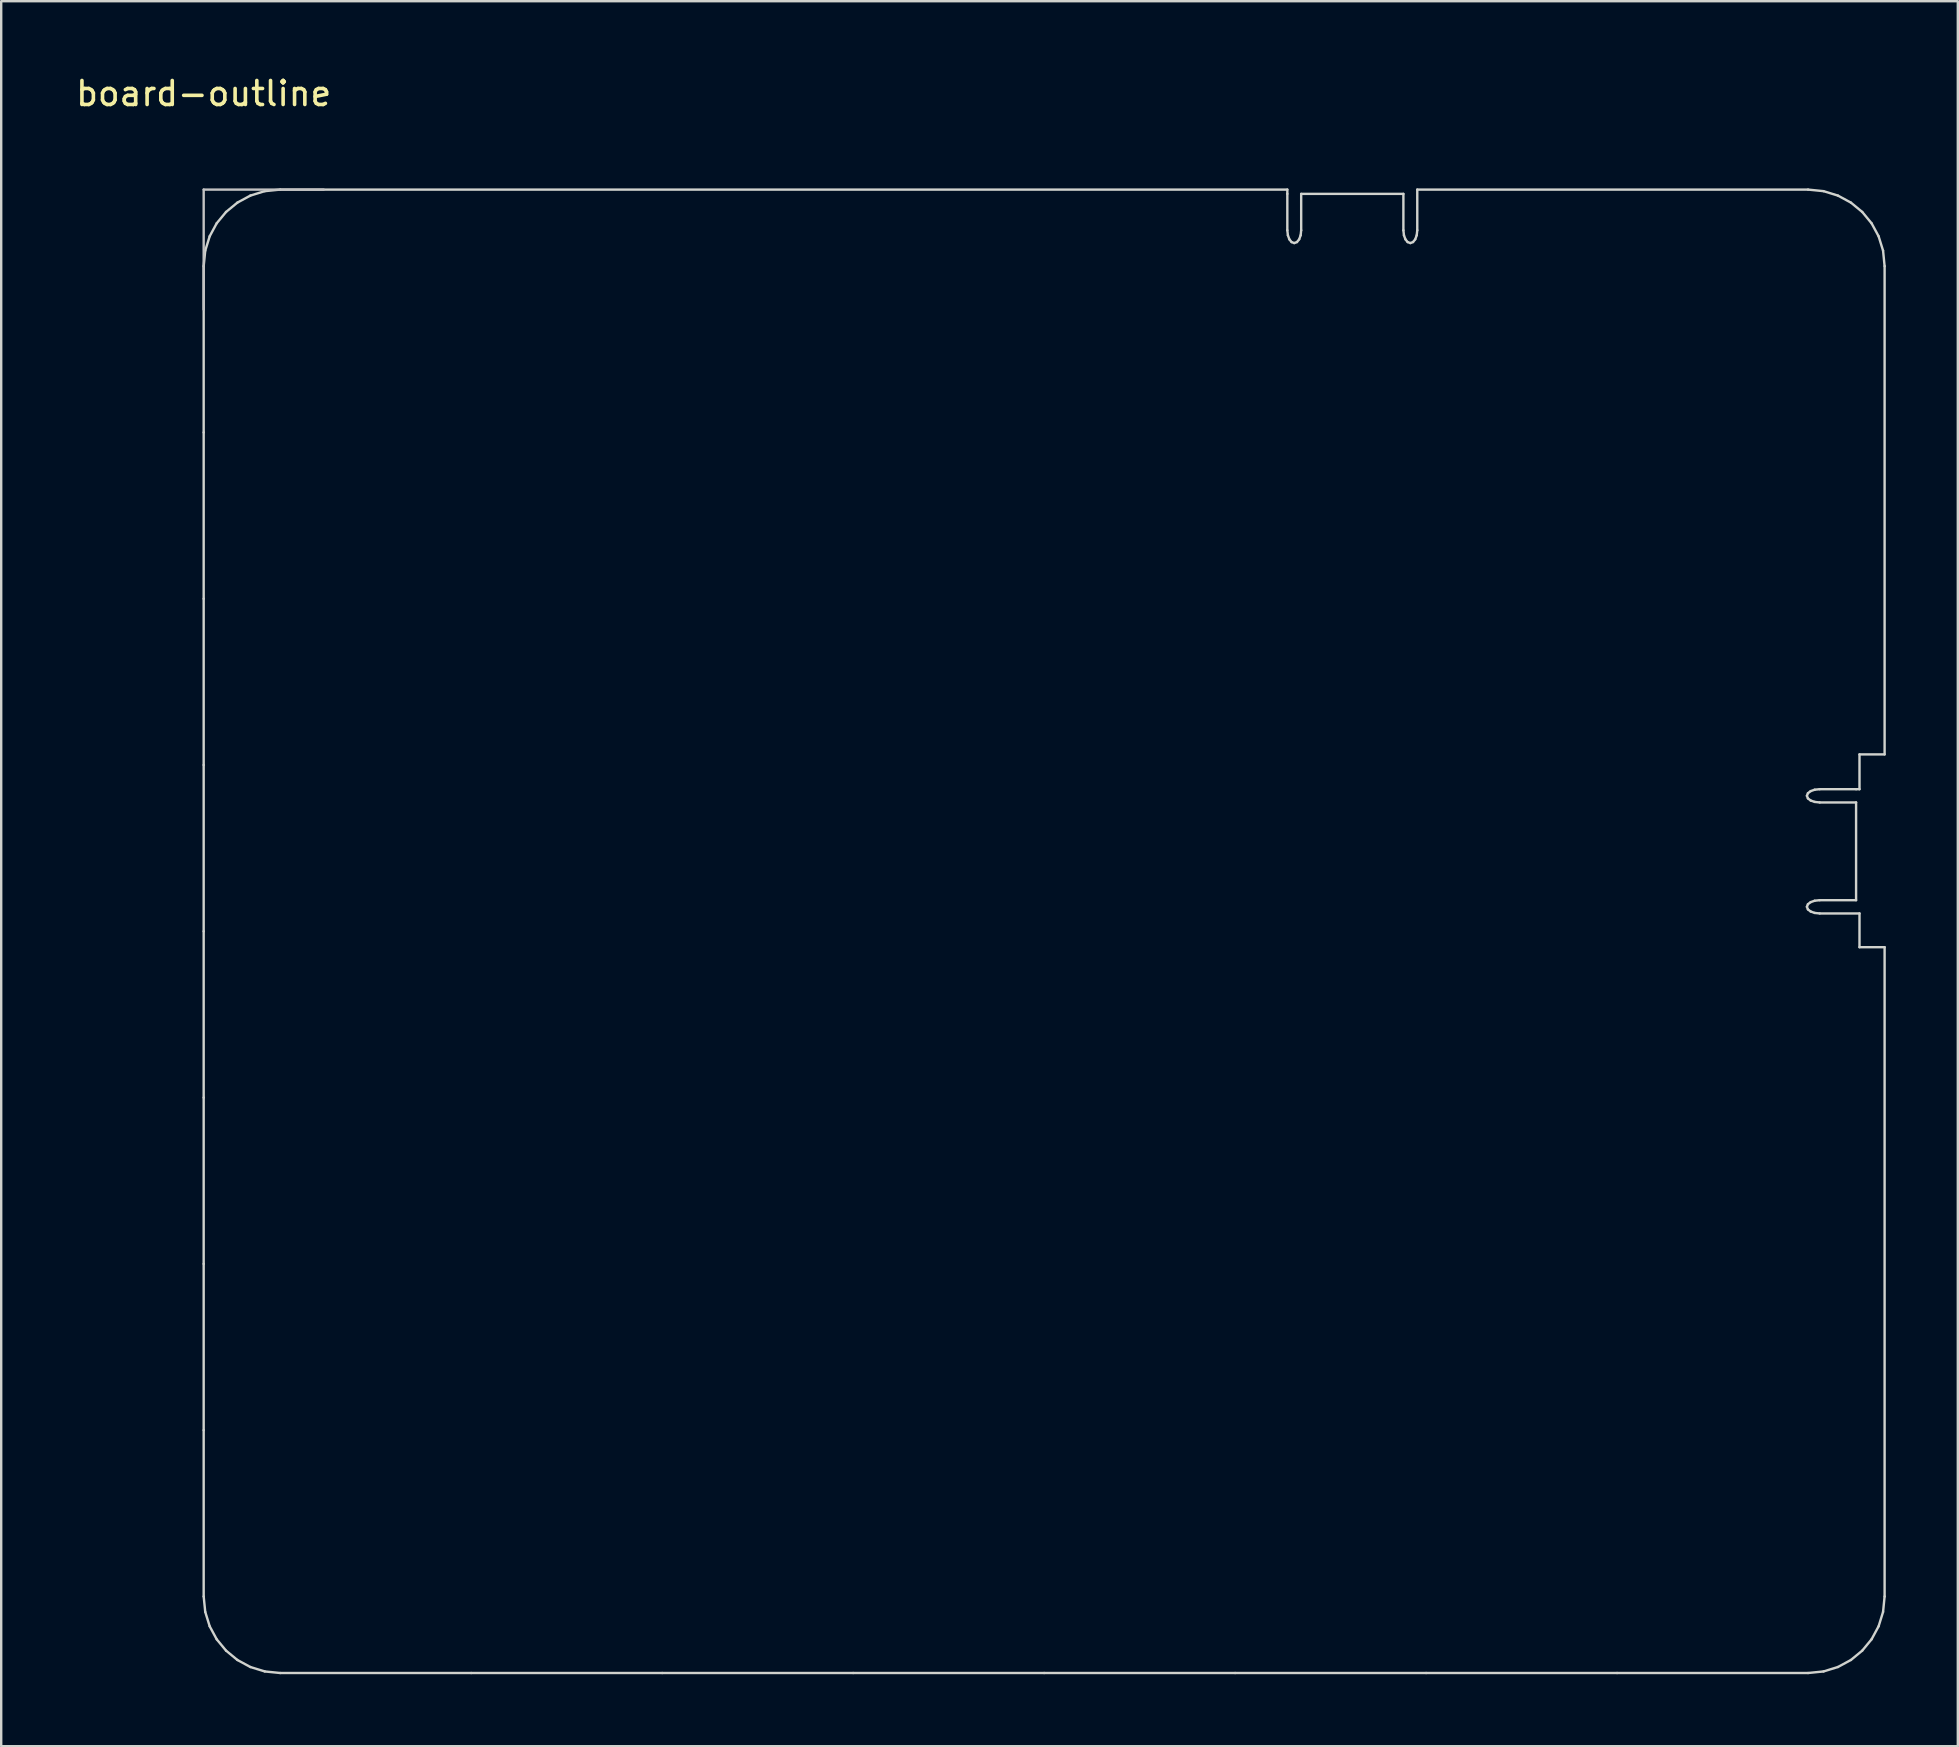
<source format=kicad_pcb>
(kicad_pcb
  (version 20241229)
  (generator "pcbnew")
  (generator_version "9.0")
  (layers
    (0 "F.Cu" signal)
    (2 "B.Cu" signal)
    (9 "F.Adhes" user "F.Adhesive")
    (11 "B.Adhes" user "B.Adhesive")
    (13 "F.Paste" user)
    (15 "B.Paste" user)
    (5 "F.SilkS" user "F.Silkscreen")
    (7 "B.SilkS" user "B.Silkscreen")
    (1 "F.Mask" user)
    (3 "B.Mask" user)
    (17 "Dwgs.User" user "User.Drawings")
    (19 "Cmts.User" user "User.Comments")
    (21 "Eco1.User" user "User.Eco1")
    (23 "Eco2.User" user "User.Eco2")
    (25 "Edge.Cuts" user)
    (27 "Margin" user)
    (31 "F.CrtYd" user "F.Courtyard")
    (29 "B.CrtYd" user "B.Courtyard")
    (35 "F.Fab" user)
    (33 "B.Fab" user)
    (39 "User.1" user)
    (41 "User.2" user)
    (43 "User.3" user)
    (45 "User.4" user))
  (footprint "board-outline"
    (layer "F.Cu")
    (at 5.435 4.848)
    (property "Reference" "board-outline" (at 0 -4 0) (layer "F.SilkS") (effects (font (size 1 1) (thickness 0.15))))
    (attr through_hole)
    (fp_line (start 0 5) (end 0 0) (stroke (width 0.1) (type solid)) (layer "Dwgs.User"))
    (fp_line (start 5 0) (end 0 0) (stroke (width 0.1) (type solid)) (layer "Dwgs.User"))
    (fp_line (start 0 3.189) (end 0 10.116) (stroke (width 0.1) (type solid)) (layer "Edge.Cuts"))
    (fp_line (start 0 10.116) (end 0 17.044) (stroke (width 0.1) (type solid)) (layer "Edge.Cuts"))
    (fp_line (start 0 17.044) (end 0 23.971) (stroke (width 0.1) (type solid)) (layer "Edge.Cuts"))
    (fp_line (start 0 23.971) (end 0 30.899) (stroke (width 0.1) (type solid)) (layer "Edge.Cuts"))
    (fp_line (start 0 30.899) (end 0 37.826) (stroke (width 0.1) (type solid)) (layer "Edge.Cuts"))
    (fp_line (start 0 37.826) (end 0 44.754) (stroke (width 0.1) (type solid)) (layer "Edge.Cuts"))
    (fp_line (start 0 44.754) (end 0 51.681) (stroke (width 0.1) (type solid)) (layer "Edge.Cuts"))
    (fp_line (start 0 51.681) (end 0 58.609) (stroke (width 0.1) (type solid)) (layer "Edge.Cuts"))
    (fp_line (start 0 58.609) (end 0.065 59.253) (stroke (width 0.1) (type solid)) (layer "Edge.Cuts"))
    (fp_line (start 0.065 2.545) (end 0 3.189) (stroke (width 0.1) (type solid)) (layer "Edge.Cuts"))
    (fp_line (start 0.065 59.253) (end 0.25 59.852) (stroke (width 0.1) (type solid)) (layer "Edge.Cuts"))
    (fp_line (start 0.25 1.945) (end 0.065 2.545) (stroke (width 0.1) (type solid)) (layer "Edge.Cuts"))
    (fp_line (start 0.25 59.852) (end 0.543 60.394) (stroke (width 0.1) (type solid)) (layer "Edge.Cuts"))
    (fp_line (start 0.543 1.403) (end 0.25 1.945) (stroke (width 0.1) (type solid)) (layer "Edge.Cuts"))
    (fp_line (start 0.543 60.394) (end 0.932 60.866) (stroke (width 0.1) (type solid)) (layer "Edge.Cuts"))
    (fp_line (start 0.932 0.932) (end 0.543 1.403) (stroke (width 0.1) (type solid)) (layer "Edge.Cuts"))
    (fp_line (start 0.932 60.866) (end 1.404 61.255) (stroke (width 0.1) (type solid)) (layer "Edge.Cuts"))
    (fp_line (start 1.404 0.543) (end 0.932 0.932) (stroke (width 0.1) (type solid)) (layer "Edge.Cuts"))
    (fp_line (start 1.404 61.255) (end 1.945 61.548) (stroke (width 0.1) (type solid)) (layer "Edge.Cuts"))
    (fp_line (start 1.945 0.25) (end 1.404 0.543) (stroke (width 0.1) (type solid)) (layer "Edge.Cuts"))
    (fp_line (start 1.945 61.548) (end 2.545 61.733) (stroke (width 0.1) (type solid)) (layer "Edge.Cuts"))
    (fp_line (start 2.545 0.065) (end 1.945 0.25) (stroke (width 0.1) (type solid)) (layer "Edge.Cuts"))
    (fp_line (start 2.545 61.733) (end 3.189 61.798) (stroke (width 0.1) (type solid)) (layer "Edge.Cuts"))
    (fp_line (start 3.189 -0.000032) (end 2.545 0.065) (stroke (width 0.1) (type solid)) (layer "Edge.Cuts"))
    (fp_line (start 3.189 61.798) (end 11.145 61.798) (stroke (width 0.1) (type solid)) (layer "Edge.Cuts"))
    (fp_line (start 11.145 61.798) (end 19.101 61.798) (stroke (width 0.1) (type solid)) (layer "Edge.Cuts"))
    (fp_line (start 19.101 61.798) (end 27.057 61.798) (stroke (width 0.1) (type solid)) (layer "Edge.Cuts"))
    (fp_line (start 27.057 61.798) (end 35.013 61.798) (stroke (width 0.1) (type solid)) (layer "Edge.Cuts"))
    (fp_line (start 35.013 61.798) (end 42.969 61.798) (stroke (width 0.1) (type solid)) (layer "Edge.Cuts"))
    (fp_line (start 42.969 61.798) (end 50.925 61.798) (stroke (width 0.1) (type solid)) (layer "Edge.Cuts"))
    (fp_line (start 45.144 0) (end 3.189 -0.000032) (stroke (width 0.1) (type solid)) (layer "Edge.Cuts"))
    (fp_line (start 45.144 0.179) (end 45.144 0) (stroke (width 0.1) (type solid)) (layer "Edge.Cuts"))
    (fp_line (start 45.144 1.696) (end 45.144 0.179) (stroke (width 0.1) (type solid)) (layer "Edge.Cuts"))
    (fp_line (start 45.167 1.903) (end 45.144 1.696) (stroke (width 0.1) (type solid)) (layer "Edge.Cuts"))
    (fp_line (start 45.228 2.072) (end 45.167 1.903) (stroke (width 0.1) (type solid)) (layer "Edge.Cuts"))
    (fp_line (start 45.32 2.186) (end 45.228 2.072) (stroke (width 0.1) (type solid)) (layer "Edge.Cuts"))
    (fp_line (start 45.432 2.228) (end 45.32 2.186) (stroke (width 0.1) (type solid)) (layer "Edge.Cuts"))
    (fp_line (start 45.545 2.186) (end 45.432 2.228) (stroke (width 0.1) (type solid)) (layer "Edge.Cuts"))
    (fp_line (start 45.637 2.072) (end 45.545 2.186) (stroke (width 0.1) (type solid)) (layer "Edge.Cuts"))
    (fp_line (start 45.699 1.903) (end 45.637 2.072) (stroke (width 0.1) (type solid)) (layer "Edge.Cuts"))
    (fp_line (start 45.721 0.179) (end 45.721 1.696) (stroke (width 0.1) (type solid)) (layer "Edge.Cuts"))
    (fp_line (start 45.721 1.696) (end 45.699 1.903) (stroke (width 0.1) (type solid)) (layer "Edge.Cuts"))
    (fp_line (start 49.979 0.179) (end 45.721 0.179) (stroke (width 0.1) (type solid)) (layer "Edge.Cuts"))
    (fp_line (start 49.979 1.696) (end 49.979 0.179) (stroke (width 0.1) (type solid)) (layer "Edge.Cuts"))
    (fp_line (start 50.002 1.903) (end 49.979 1.696) (stroke (width 0.1) (type solid)) (layer "Edge.Cuts"))
    (fp_line (start 50.064 2.072) (end 50.002 1.903) (stroke (width 0.1) (type solid)) (layer "Edge.Cuts"))
    (fp_line (start 50.155 2.186) (end 50.064 2.072) (stroke (width 0.1) (type solid)) (layer "Edge.Cuts"))
    (fp_line (start 50.268 2.228) (end 50.155 2.186) (stroke (width 0.1) (type solid)) (layer "Edge.Cuts"))
    (fp_line (start 50.38 2.186) (end 50.268 2.228) (stroke (width 0.1) (type solid)) (layer "Edge.Cuts"))
    (fp_line (start 50.472 2.072) (end 50.38 2.186) (stroke (width 0.1) (type solid)) (layer "Edge.Cuts"))
    (fp_line (start 50.534 1.903) (end 50.472 2.072) (stroke (width 0.1) (type solid)) (layer "Edge.Cuts"))
    (fp_line (start 50.557 0) (end 50.557 1.696) (stroke (width 0.1) (type solid)) (layer "Edge.Cuts"))
    (fp_line (start 50.557 1.696) (end 50.534 1.903) (stroke (width 0.1) (type solid)) (layer "Edge.Cuts"))
    (fp_line (start 50.925 61.798) (end 58.881 61.798) (stroke (width 0.1) (type solid)) (layer "Edge.Cuts"))
    (fp_line (start 58.881 61.798) (end 66.837 61.798) (stroke (width 0.1) (type solid)) (layer "Edge.Cuts"))
    (fp_line (start 66.789 25.255) (end 66.831 25.147) (stroke (width 0.1) (type solid)) (layer "Edge.Cuts"))
    (fp_line (start 66.789 29.879) (end 66.831 29.771) (stroke (width 0.1) (type solid)) (layer "Edge.Cuts"))
    (fp_line (start 66.831 25.362) (end 66.789 25.255) (stroke (width 0.1) (type solid)) (layer "Edge.Cuts"))
    (fp_line (start 66.831 25.147) (end 66.945 25.059) (stroke (width 0.1) (type solid)) (layer "Edge.Cuts"))
    (fp_line (start 66.831 29.771) (end 66.945 29.684) (stroke (width 0.1) (type solid)) (layer "Edge.Cuts"))
    (fp_line (start 66.831 29.986) (end 66.789 29.879) (stroke (width 0.1) (type solid)) (layer "Edge.Cuts"))
    (fp_line (start 66.837 0) (end 50.557 0) (stroke (width 0.1) (type solid)) (layer "Edge.Cuts"))
    (fp_line (start 66.837 61.798) (end 67.482 61.733) (stroke (width 0.1) (type solid)) (layer "Edge.Cuts"))
    (fp_line (start 66.945 25.059) (end 67.114 25) (stroke (width 0.1) (type solid)) (layer "Edge.Cuts"))
    (fp_line (start 66.945 25.45) (end 66.831 25.362) (stroke (width 0.1) (type solid)) (layer "Edge.Cuts"))
    (fp_line (start 66.945 29.684) (end 67.114 29.625) (stroke (width 0.1) (type solid)) (layer "Edge.Cuts"))
    (fp_line (start 66.945 30.074) (end 66.831 29.986) (stroke (width 0.1) (type solid)) (layer "Edge.Cuts"))
    (fp_line (start 67.114 25) (end 67.321 24.979) (stroke (width 0.1) (type solid)) (layer "Edge.Cuts"))
    (fp_line (start 67.114 25.509) (end 66.945 25.45) (stroke (width 0.1) (type solid)) (layer "Edge.Cuts"))
    (fp_line (start 67.114 29.625) (end 67.321 29.603) (stroke (width 0.1) (type solid)) (layer "Edge.Cuts"))
    (fp_line (start 67.114 30.134) (end 66.945 30.074) (stroke (width 0.1) (type solid)) (layer "Edge.Cuts"))
    (fp_line (start 67.321 24.979) (end 68.838 24.979) (stroke (width 0.1) (type solid)) (layer "Edge.Cuts"))
    (fp_line (start 67.321 25.531) (end 67.114 25.509) (stroke (width 0.1) (type solid)) (layer "Edge.Cuts"))
    (fp_line (start 67.321 29.603) (end 68.838 29.603) (stroke (width 0.1) (type solid)) (layer "Edge.Cuts"))
    (fp_line (start 67.321 30.155) (end 67.114 30.134) (stroke (width 0.1) (type solid)) (layer "Edge.Cuts"))
    (fp_line (start 67.482 0.065) (end 66.837 0) (stroke (width 0.1) (type solid)) (layer "Edge.Cuts"))
    (fp_line (start 67.482 61.733) (end 68.081 61.548) (stroke (width 0.1) (type solid)) (layer "Edge.Cuts"))
    (fp_line (start 68.081 0.25) (end 67.482 0.065) (stroke (width 0.1) (type solid)) (layer "Edge.Cuts"))
    (fp_line (start 68.081 61.548) (end 68.623 61.255) (stroke (width 0.1) (type solid)) (layer "Edge.Cuts"))
    (fp_line (start 68.623 0.543) (end 68.081 0.25) (stroke (width 0.1) (type solid)) (layer "Edge.Cuts"))
    (fp_line (start 68.623 61.255) (end 69.094 60.866) (stroke (width 0.1) (type solid)) (layer "Edge.Cuts"))
    (fp_line (start 68.838 24.979) (end 68.98 24.979) (stroke (width 0.1) (type solid)) (layer "Edge.Cuts"))
    (fp_line (start 68.838 25.531) (end 67.321 25.531) (stroke (width 0.1) (type solid)) (layer "Edge.Cuts"))
    (fp_line (start 68.838 29.603) (end 68.838 25.531) (stroke (width 0.1) (type solid)) (layer "Edge.Cuts"))
    (fp_line (start 68.98 23.529) (end 70.026 23.529) (stroke (width 0.1) (type solid)) (layer "Edge.Cuts"))
    (fp_line (start 68.98 24.979) (end 68.98 23.529) (stroke (width 0.1) (type solid)) (layer "Edge.Cuts"))
    (fp_line (start 68.98 30.155) (end 67.321 30.155) (stroke (width 0.1) (type solid)) (layer "Edge.Cuts"))
    (fp_line (start 68.98 31.561) (end 68.98 30.155) (stroke (width 0.1) (type solid)) (layer "Edge.Cuts"))
    (fp_line (start 69.094 0.932) (end 68.623 0.543) (stroke (width 0.1) (type solid)) (layer "Edge.Cuts"))
    (fp_line (start 69.094 60.866) (end 69.483 60.394) (stroke (width 0.1) (type solid)) (layer "Edge.Cuts"))
    (fp_line (start 69.483 1.404) (end 69.094 0.932) (stroke (width 0.1) (type solid)) (layer "Edge.Cuts"))
    (fp_line (start 69.483 60.394) (end 69.776 59.852) (stroke (width 0.1) (type solid)) (layer "Edge.Cuts"))
    (fp_line (start 69.776 1.945) (end 69.483 1.404) (stroke (width 0.1) (type solid)) (layer "Edge.Cuts"))
    (fp_line (start 69.776 59.852) (end 69.962 59.253) (stroke (width 0.1) (type solid)) (layer "Edge.Cuts"))
    (fp_line (start 69.962 2.545) (end 69.776 1.945) (stroke (width 0.1) (type solid)) (layer "Edge.Cuts"))
    (fp_line (start 69.962 59.253) (end 70.026 58.609) (stroke (width 0.1) (type solid)) (layer "Edge.Cuts"))
    (fp_line (start 70.026 3.189) (end 69.962 2.545) (stroke (width 0.1) (type solid)) (layer "Edge.Cuts"))
    (fp_line (start 70.026 23.529) (end 70.026 3.189) (stroke (width 0.1) (type solid)) (layer "Edge.Cuts"))
    (fp_line (start 70.026 31.561) (end 68.98 31.561) (stroke (width 0.1) (type solid)) (layer "Edge.Cuts"))
    (fp_line (start 70.026 58.609) (end 70.026 31.561) (stroke (width 0.1) (type solid)) (layer "Edge.Cuts")))
  (gr_rect
    (start -3 -3)
    (end 78.511 69.696)
    (stroke (width 0.1) (type default))
    (fill no)
    (layer "Edge.Cuts")))
</source>
